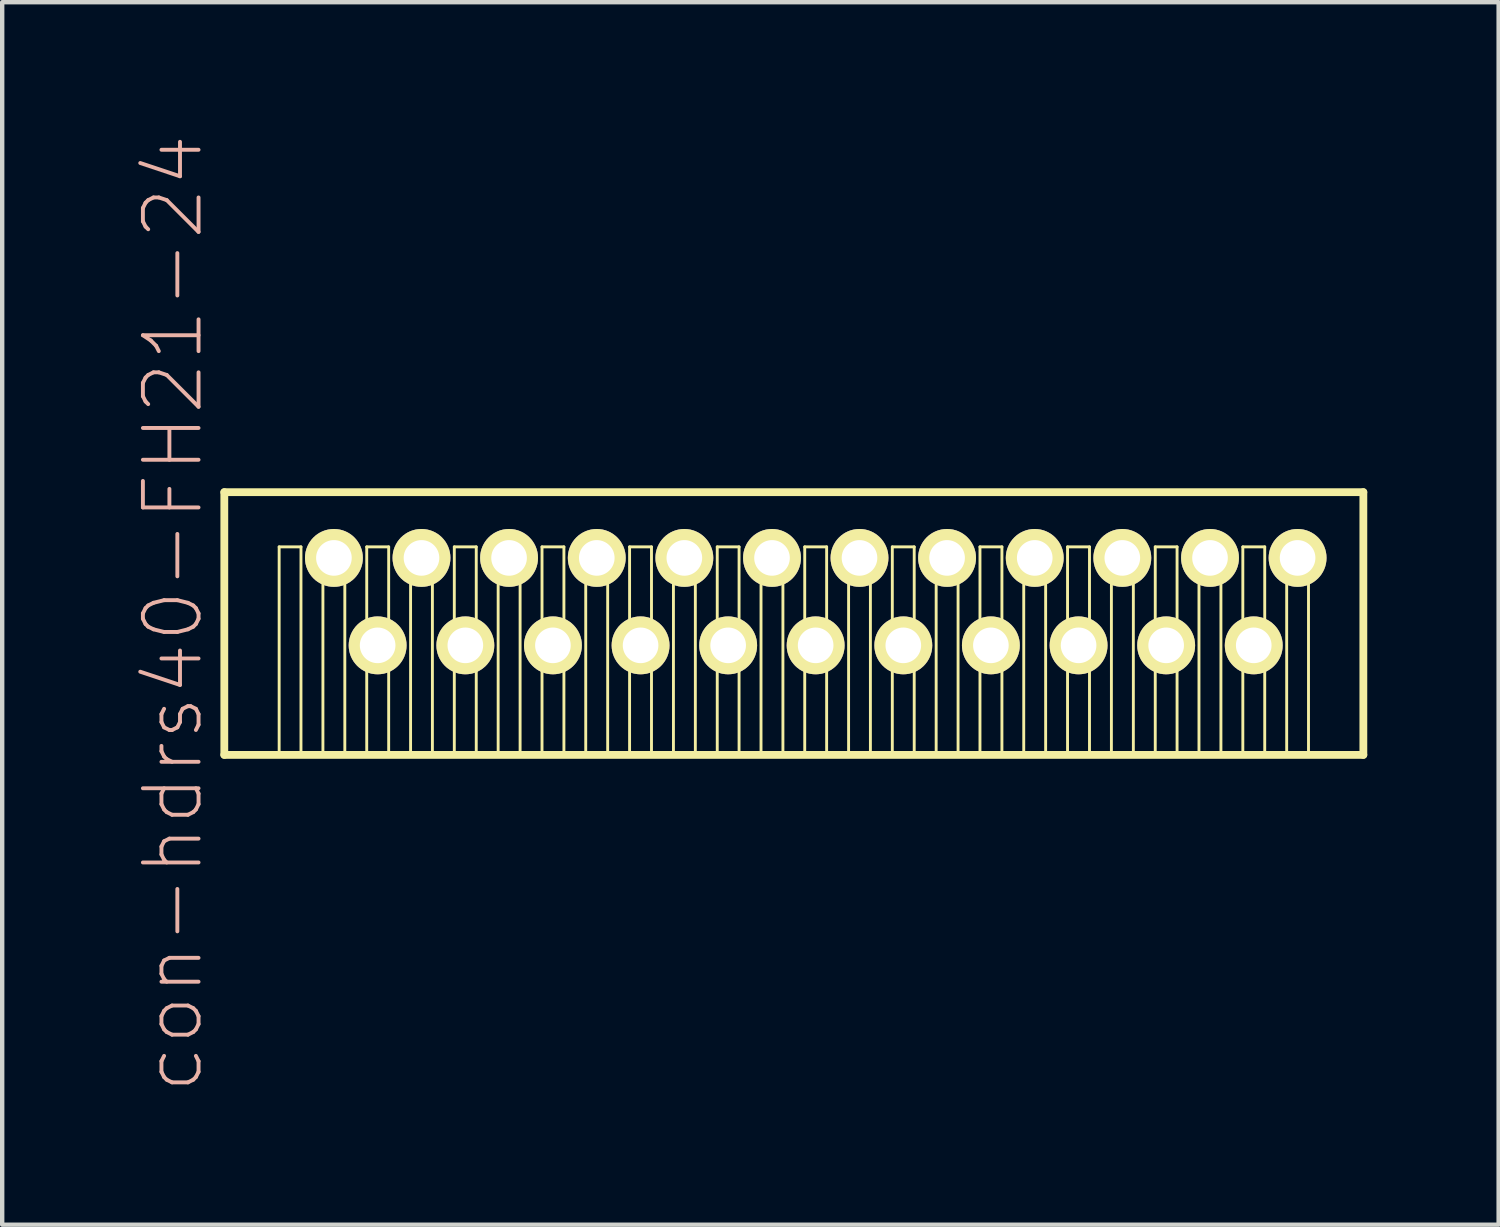
<source format=kicad_pcb>
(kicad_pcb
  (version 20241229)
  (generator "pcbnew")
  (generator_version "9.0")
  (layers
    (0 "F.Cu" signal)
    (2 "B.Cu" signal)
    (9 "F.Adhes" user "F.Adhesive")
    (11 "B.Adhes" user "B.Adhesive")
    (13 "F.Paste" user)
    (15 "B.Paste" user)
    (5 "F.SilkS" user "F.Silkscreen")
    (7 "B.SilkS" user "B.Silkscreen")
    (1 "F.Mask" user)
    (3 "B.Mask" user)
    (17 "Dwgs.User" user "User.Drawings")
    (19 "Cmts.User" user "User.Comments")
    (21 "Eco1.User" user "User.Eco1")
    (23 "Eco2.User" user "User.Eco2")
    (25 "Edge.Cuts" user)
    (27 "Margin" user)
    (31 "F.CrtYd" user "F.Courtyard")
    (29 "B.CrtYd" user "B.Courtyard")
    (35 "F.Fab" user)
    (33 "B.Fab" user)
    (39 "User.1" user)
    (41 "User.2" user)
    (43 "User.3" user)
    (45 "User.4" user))
  (footprint "con-hdrs40-FH21-24"
    (layer "F.Cu")
    (at 15.07 10.683)
    (property "Reference" "con-hdrs40-FH21-24" (at -14.171 0.269 90) (layer "B.SilkS") (effects (font (size 1.27 1.27) (thickness 0.089))))
    (attr exclude_from_pos_files exclude_from_bom)
    (fp_line (start -13 -2.499) (end 13 -2.499) (stroke (width 0.178) (type solid)) (layer "F.SilkS"))
    (fp_line (start -13 3.498) (end -13 -2.499) (stroke (width 0.178) (type solid)) (layer "F.SilkS"))
    (fp_line (start -11.748 -1.25) (end -11.25 -1.25) (stroke (width 0.066) (type solid)) (layer "F.SilkS"))
    (fp_line (start -11.748 3.498) (end -11.748 -1.25) (stroke (width 0.066) (type solid)) (layer "F.SilkS"))
    (fp_line (start -11.748 3.498) (end -11.25 3.498) (stroke (width 0.066) (type solid)) (layer "F.SilkS"))
    (fp_line (start -11.25 3.498) (end -11.25 -1.25) (stroke (width 0.066) (type solid)) (layer "F.SilkS"))
    (fp_line (start -10.749 -1.25) (end -10.249 -1.25) (stroke (width 0.066) (type solid)) (layer "F.SilkS"))
    (fp_line (start -10.749 3.498) (end -10.749 -1.25) (stroke (width 0.066) (type solid)) (layer "F.SilkS"))
    (fp_line (start -10.749 3.498) (end -10.249 3.498) (stroke (width 0.066) (type solid)) (layer "F.SilkS"))
    (fp_line (start -10.249 3.498) (end -10.249 -1.25) (stroke (width 0.066) (type solid)) (layer "F.SilkS"))
    (fp_line (start -9.749 -1.25) (end -9.248 -1.25) (stroke (width 0.066) (type solid)) (layer "F.SilkS"))
    (fp_line (start -9.749 3.498) (end -9.749 -1.25) (stroke (width 0.066) (type solid)) (layer "F.SilkS"))
    (fp_line (start -9.749 3.498) (end -9.248 3.498) (stroke (width 0.066) (type solid)) (layer "F.SilkS"))
    (fp_line (start -9.248 3.498) (end -9.248 -1.25) (stroke (width 0.066) (type solid)) (layer "F.SilkS"))
    (fp_line (start -8.748 -1.25) (end -8.25 -1.25) (stroke (width 0.066) (type solid)) (layer "F.SilkS"))
    (fp_line (start -8.748 3.498) (end -8.748 -1.25) (stroke (width 0.066) (type solid)) (layer "F.SilkS"))
    (fp_line (start -8.748 3.498) (end -8.25 3.498) (stroke (width 0.066) (type solid)) (layer "F.SilkS"))
    (fp_line (start -8.25 3.498) (end -8.25 -1.25) (stroke (width 0.066) (type solid)) (layer "F.SilkS"))
    (fp_line (start -7.75 -1.25) (end -7.249 -1.25) (stroke (width 0.066) (type solid)) (layer "F.SilkS"))
    (fp_line (start -7.75 3.498) (end -7.75 -1.25) (stroke (width 0.066) (type solid)) (layer "F.SilkS"))
    (fp_line (start -7.75 3.498) (end -7.249 3.498) (stroke (width 0.066) (type solid)) (layer "F.SilkS"))
    (fp_line (start -7.249 3.498) (end -7.249 -1.25) (stroke (width 0.066) (type solid)) (layer "F.SilkS"))
    (fp_line (start -6.749 -1.25) (end -6.248 -1.25) (stroke (width 0.066) (type solid)) (layer "F.SilkS"))
    (fp_line (start -6.749 3.498) (end -6.749 -1.25) (stroke (width 0.066) (type solid)) (layer "F.SilkS"))
    (fp_line (start -6.749 3.498) (end -6.248 3.498) (stroke (width 0.066) (type solid)) (layer "F.SilkS"))
    (fp_line (start -6.248 3.498) (end -6.248 -1.25) (stroke (width 0.066) (type solid)) (layer "F.SilkS"))
    (fp_line (start -5.748 -1.25) (end -5.248 -1.25) (stroke (width 0.066) (type solid)) (layer "F.SilkS"))
    (fp_line (start -5.748 3.498) (end -5.748 -1.25) (stroke (width 0.066) (type solid)) (layer "F.SilkS"))
    (fp_line (start -5.748 3.498) (end -5.248 3.498) (stroke (width 0.066) (type solid)) (layer "F.SilkS"))
    (fp_line (start -5.248 3.498) (end -5.248 -1.25) (stroke (width 0.066) (type solid)) (layer "F.SilkS"))
    (fp_line (start -4.75 -1.25) (end -4.249 -1.25) (stroke (width 0.066) (type solid)) (layer "F.SilkS"))
    (fp_line (start -4.75 3.498) (end -4.75 -1.25) (stroke (width 0.066) (type solid)) (layer "F.SilkS"))
    (fp_line (start -4.75 3.498) (end -4.249 3.498) (stroke (width 0.066) (type solid)) (layer "F.SilkS"))
    (fp_line (start -4.249 3.498) (end -4.249 -1.25) (stroke (width 0.066) (type solid)) (layer "F.SilkS"))
    (fp_line (start -3.749 -1.25) (end -3.249 -1.25) (stroke (width 0.066) (type solid)) (layer "F.SilkS"))
    (fp_line (start -3.749 3.498) (end -3.749 -1.25) (stroke (width 0.066) (type solid)) (layer "F.SilkS"))
    (fp_line (start -3.749 3.498) (end -3.249 3.498) (stroke (width 0.066) (type solid)) (layer "F.SilkS"))
    (fp_line (start -3.249 3.498) (end -3.249 -1.25) (stroke (width 0.066) (type solid)) (layer "F.SilkS"))
    (fp_line (start -2.748 -1.25) (end -2.248 -1.25) (stroke (width 0.066) (type solid)) (layer "F.SilkS"))
    (fp_line (start -2.748 3.498) (end -2.748 -1.25) (stroke (width 0.066) (type solid)) (layer "F.SilkS"))
    (fp_line (start -2.748 3.498) (end -2.248 3.498) (stroke (width 0.066) (type solid)) (layer "F.SilkS"))
    (fp_line (start -2.248 3.498) (end -2.248 -1.25) (stroke (width 0.066) (type solid)) (layer "F.SilkS"))
    (fp_line (start -1.748 -1.25) (end -1.25 -1.25) (stroke (width 0.066) (type solid)) (layer "F.SilkS"))
    (fp_line (start -1.748 3.498) (end -1.748 -1.25) (stroke (width 0.066) (type solid)) (layer "F.SilkS"))
    (fp_line (start -1.748 3.498) (end -1.25 3.498) (stroke (width 0.066) (type solid)) (layer "F.SilkS"))
    (fp_line (start -1.25 3.498) (end -1.25 -1.25) (stroke (width 0.066) (type solid)) (layer "F.SilkS"))
    (fp_line (start -0.749 -1.25) (end -0.249 -1.25) (stroke (width 0.066) (type solid)) (layer "F.SilkS"))
    (fp_line (start -0.749 3.498) (end -0.749 -1.25) (stroke (width 0.066) (type solid)) (layer "F.SilkS"))
    (fp_line (start -0.749 3.498) (end -0.249 3.498) (stroke (width 0.066) (type solid)) (layer "F.SilkS"))
    (fp_line (start -0.249 3.498) (end -0.249 -1.25) (stroke (width 0.066) (type solid)) (layer "F.SilkS"))
    (fp_line (start 0.249 -1.25) (end 0.749 -1.25) (stroke (width 0.066) (type solid)) (layer "F.SilkS"))
    (fp_line (start 0.249 3.498) (end 0.249 -1.25) (stroke (width 0.066) (type solid)) (layer "F.SilkS"))
    (fp_line (start 0.249 3.498) (end 0.749 3.498) (stroke (width 0.066) (type solid)) (layer "F.SilkS"))
    (fp_line (start 0.749 3.498) (end 0.749 -1.25) (stroke (width 0.066) (type solid)) (layer "F.SilkS"))
    (fp_line (start 1.25 -1.25) (end 1.748 -1.25) (stroke (width 0.066) (type solid)) (layer "F.SilkS"))
    (fp_line (start 1.25 3.498) (end 1.25 -1.25) (stroke (width 0.066) (type solid)) (layer "F.SilkS"))
    (fp_line (start 1.25 3.498) (end 1.748 3.498) (stroke (width 0.066) (type solid)) (layer "F.SilkS"))
    (fp_line (start 1.748 3.498) (end 1.748 -1.25) (stroke (width 0.066) (type solid)) (layer "F.SilkS"))
    (fp_line (start 2.248 -1.25) (end 2.748 -1.25) (stroke (width 0.066) (type solid)) (layer "F.SilkS"))
    (fp_line (start 2.248 3.498) (end 2.248 -1.25) (stroke (width 0.066) (type solid)) (layer "F.SilkS"))
    (fp_line (start 2.248 3.498) (end 2.748 3.498) (stroke (width 0.066) (type solid)) (layer "F.SilkS"))
    (fp_line (start 2.748 3.498) (end 2.748 -1.25) (stroke (width 0.066) (type solid)) (layer "F.SilkS"))
    (fp_line (start 3.249 -1.25) (end 3.749 -1.25) (stroke (width 0.066) (type solid)) (layer "F.SilkS"))
    (fp_line (start 3.249 3.498) (end 3.249 -1.25) (stroke (width 0.066) (type solid)) (layer "F.SilkS"))
    (fp_line (start 3.249 3.498) (end 3.749 3.498) (stroke (width 0.066) (type solid)) (layer "F.SilkS"))
    (fp_line (start 3.749 3.498) (end 3.749 -1.25) (stroke (width 0.066) (type solid)) (layer "F.SilkS"))
    (fp_line (start 4.249 -1.25) (end 4.75 -1.25) (stroke (width 0.066) (type solid)) (layer "F.SilkS"))
    (fp_line (start 4.249 3.498) (end 4.249 -1.25) (stroke (width 0.066) (type solid)) (layer "F.SilkS"))
    (fp_line (start 4.249 3.498) (end 4.75 3.498) (stroke (width 0.066) (type solid)) (layer "F.SilkS"))
    (fp_line (start 4.75 3.498) (end 4.75 -1.25) (stroke (width 0.066) (type solid)) (layer "F.SilkS"))
    (fp_line (start 5.248 -1.25) (end 5.748 -1.25) (stroke (width 0.066) (type solid)) (layer "F.SilkS"))
    (fp_line (start 5.248 3.498) (end 5.248 -1.25) (stroke (width 0.066) (type solid)) (layer "F.SilkS"))
    (fp_line (start 5.248 3.498) (end 5.748 3.498) (stroke (width 0.066) (type solid)) (layer "F.SilkS"))
    (fp_line (start 5.748 3.498) (end 5.748 -1.25) (stroke (width 0.066) (type solid)) (layer "F.SilkS"))
    (fp_line (start 6.248 -1.25) (end 6.749 -1.25) (stroke (width 0.066) (type solid)) (layer "F.SilkS"))
    (fp_line (start 6.248 3.498) (end 6.248 -1.25) (stroke (width 0.066) (type solid)) (layer "F.SilkS"))
    (fp_line (start 6.248 3.498) (end 6.749 3.498) (stroke (width 0.066) (type solid)) (layer "F.SilkS"))
    (fp_line (start 6.749 3.498) (end 6.749 -1.25) (stroke (width 0.066) (type solid)) (layer "F.SilkS"))
    (fp_line (start 7.249 -1.25) (end 7.75 -1.25) (stroke (width 0.066) (type solid)) (layer "F.SilkS"))
    (fp_line (start 7.249 3.498) (end 7.249 -1.25) (stroke (width 0.066) (type solid)) (layer "F.SilkS"))
    (fp_line (start 7.249 3.498) (end 7.75 3.498) (stroke (width 0.066) (type solid)) (layer "F.SilkS"))
    (fp_line (start 7.75 3.498) (end 7.75 -1.25) (stroke (width 0.066) (type solid)) (layer "F.SilkS"))
    (fp_line (start 8.25 -1.25) (end 8.748 -1.25) (stroke (width 0.066) (type solid)) (layer "F.SilkS"))
    (fp_line (start 8.25 3.498) (end 8.25 -1.25) (stroke (width 0.066) (type solid)) (layer "F.SilkS"))
    (fp_line (start 8.25 3.498) (end 8.748 3.498) (stroke (width 0.066) (type solid)) (layer "F.SilkS"))
    (fp_line (start 8.748 3.498) (end 8.748 -1.25) (stroke (width 0.066) (type solid)) (layer "F.SilkS"))
    (fp_line (start 9.248 -1.25) (end 9.749 -1.25) (stroke (width 0.066) (type solid)) (layer "F.SilkS"))
    (fp_line (start 9.248 3.498) (end 9.248 -1.25) (stroke (width 0.066) (type solid)) (layer "F.SilkS"))
    (fp_line (start 9.248 3.498) (end 9.749 3.498) (stroke (width 0.066) (type solid)) (layer "F.SilkS"))
    (fp_line (start 9.749 3.498) (end 9.749 -1.25) (stroke (width 0.066) (type solid)) (layer "F.SilkS"))
    (fp_line (start 10.249 -1.25) (end 10.749 -1.25) (stroke (width 0.066) (type solid)) (layer "F.SilkS"))
    (fp_line (start 10.249 3.498) (end 10.249 -1.25) (stroke (width 0.066) (type solid)) (layer "F.SilkS"))
    (fp_line (start 10.249 3.498) (end 10.749 3.498) (stroke (width 0.066) (type solid)) (layer "F.SilkS"))
    (fp_line (start 10.749 3.498) (end 10.749 -1.25) (stroke (width 0.066) (type solid)) (layer "F.SilkS"))
    (fp_line (start 11.25 -1.25) (end 11.748 -1.25) (stroke (width 0.066) (type solid)) (layer "F.SilkS"))
    (fp_line (start 11.25 3.498) (end 11.25 -1.25) (stroke (width 0.066) (type solid)) (layer "F.SilkS"))
    (fp_line (start 11.25 3.498) (end 11.748 3.498) (stroke (width 0.066) (type solid)) (layer "F.SilkS"))
    (fp_line (start 11.748 3.498) (end 11.748 -1.25) (stroke (width 0.066) (type solid)) (layer "F.SilkS"))
    (fp_line (start 13 -2.499) (end 13 3.498) (stroke (width 0.178) (type solid)) (layer "F.SilkS"))
    (fp_line (start 13 3.498) (end -13 3.498) (stroke (width 0.178) (type solid)) (layer "F.SilkS"))
    (pad "1" thru_hole rect (at -11.499 0.998) (size 0.001 0.001) (drill 0.813) (layers "*.Cu" "F.Mask" "F.SilkS" "F.Paste"))
    (pad "2" thru_hole circle (at -10.498 -0.998) (size 1.321 1.321) (drill 0.813) (layers "*.Cu" "F.Mask" "F.SilkS" "F.Paste"))
    (pad "3" thru_hole circle (at -9.5 0.998) (size 1.321 1.321) (drill 0.813) (layers "*.Cu" "F.Mask" "F.SilkS" "F.Paste"))
    (pad "4" thru_hole circle (at -8.499 -0.998) (size 1.321 1.321) (drill 0.813) (layers "*.Cu" "F.Mask" "F.SilkS" "F.Paste"))
    (pad "5" thru_hole circle (at -7.498 0.998) (size 1.321 1.321) (drill 0.813) (layers "*.Cu" "F.Mask" "F.SilkS" "F.Paste"))
    (pad "6" thru_hole circle (at -6.5 -0.998) (size 1.321 1.321) (drill 0.813) (layers "*.Cu" "F.Mask" "F.SilkS" "F.Paste"))
    (pad "7" thru_hole circle (at -5.499 0.998) (size 1.321 1.321) (drill 0.813) (layers "*.Cu" "F.Mask" "F.SilkS" "F.Paste"))
    (pad "8" thru_hole circle (at -4.498 -0.998) (size 1.321 1.321) (drill 0.813) (layers "*.Cu" "F.Mask" "F.SilkS" "F.Paste"))
    (pad "9" thru_hole circle (at -3.498 0.998) (size 1.321 1.321) (drill 0.813) (layers "*.Cu" "F.Mask" "F.SilkS" "F.Paste"))
    (pad "10" thru_hole circle (at -2.499 -0.998) (size 1.321 1.321) (drill 0.813) (layers "*.Cu" "F.Mask" "F.SilkS" "F.Paste"))
    (pad "11" thru_hole circle (at -1.499 0.998) (size 1.321 1.321) (drill 0.813) (layers "*.Cu" "F.Mask" "F.SilkS" "F.Paste"))
    (pad "12" thru_hole circle (at -0.498 -0.998) (size 1.321 1.321) (drill 0.813) (layers "*.Cu" "F.Mask" "F.SilkS" "F.Paste"))
    (pad "13" thru_hole circle (at 0.498 0.998) (size 1.321 1.321) (drill 0.813) (layers "*.Cu" "F.Mask" "F.SilkS" "F.Paste"))
    (pad "14" thru_hole circle (at 1.499 -0.998) (size 1.321 1.321) (drill 0.813) (layers "*.Cu" "F.Mask" "F.SilkS" "F.Paste"))
    (pad "15" thru_hole circle (at 2.499 0.998) (size 1.321 1.321) (drill 0.813) (layers "*.Cu" "F.Mask" "F.SilkS" "F.Paste"))
    (pad "16" thru_hole circle (at 3.498 -0.998) (size 1.321 1.321) (drill 0.813) (layers "*.Cu" "F.Mask" "F.SilkS" "F.Paste"))
    (pad "17" thru_hole circle (at 4.498 0.998) (size 1.321 1.321) (drill 0.813) (layers "*.Cu" "F.Mask" "F.SilkS" "F.Paste"))
    (pad "18" thru_hole circle (at 5.499 -0.998) (size 1.321 1.321) (drill 0.813) (layers "*.Cu" "F.Mask" "F.SilkS" "F.Paste"))
    (pad "19" thru_hole circle (at 6.5 0.998) (size 1.321 1.321) (drill 0.813) (layers "*.Cu" "F.Mask" "F.SilkS" "F.Paste"))
    (pad "20" thru_hole circle (at 7.498 -0.998) (size 1.321 1.321) (drill 0.813) (layers "*.Cu" "F.Mask" "F.SilkS" "F.Paste"))
    (pad "21" thru_hole circle (at 8.499 0.998) (size 1.321 1.321) (drill 0.813) (layers "*.Cu" "F.Mask" "F.SilkS" "F.Paste"))
    (pad "22" thru_hole circle (at 9.5 -0.998) (size 1.321 1.321) (drill 0.813) (layers "*.Cu" "F.Mask" "F.SilkS" "F.Paste"))
    (pad "23" thru_hole circle (at 10.498 0.998) (size 1.321 1.321) (drill 0.813) (layers "*.Cu" "F.Mask" "F.SilkS" "F.Paste"))
    (pad "24" thru_hole circle (at 11.499 -0.998) (size 1.321 1.321) (drill 0.813) (layers "*.Cu" "F.Mask" "F.SilkS" "F.Paste")))
  (gr_rect
    (start -3 -3)
    (end 31.158 24.905)
    (stroke (width 0.1) (type default))
    (fill no)
    (layer "Edge.Cuts")))
</source>
